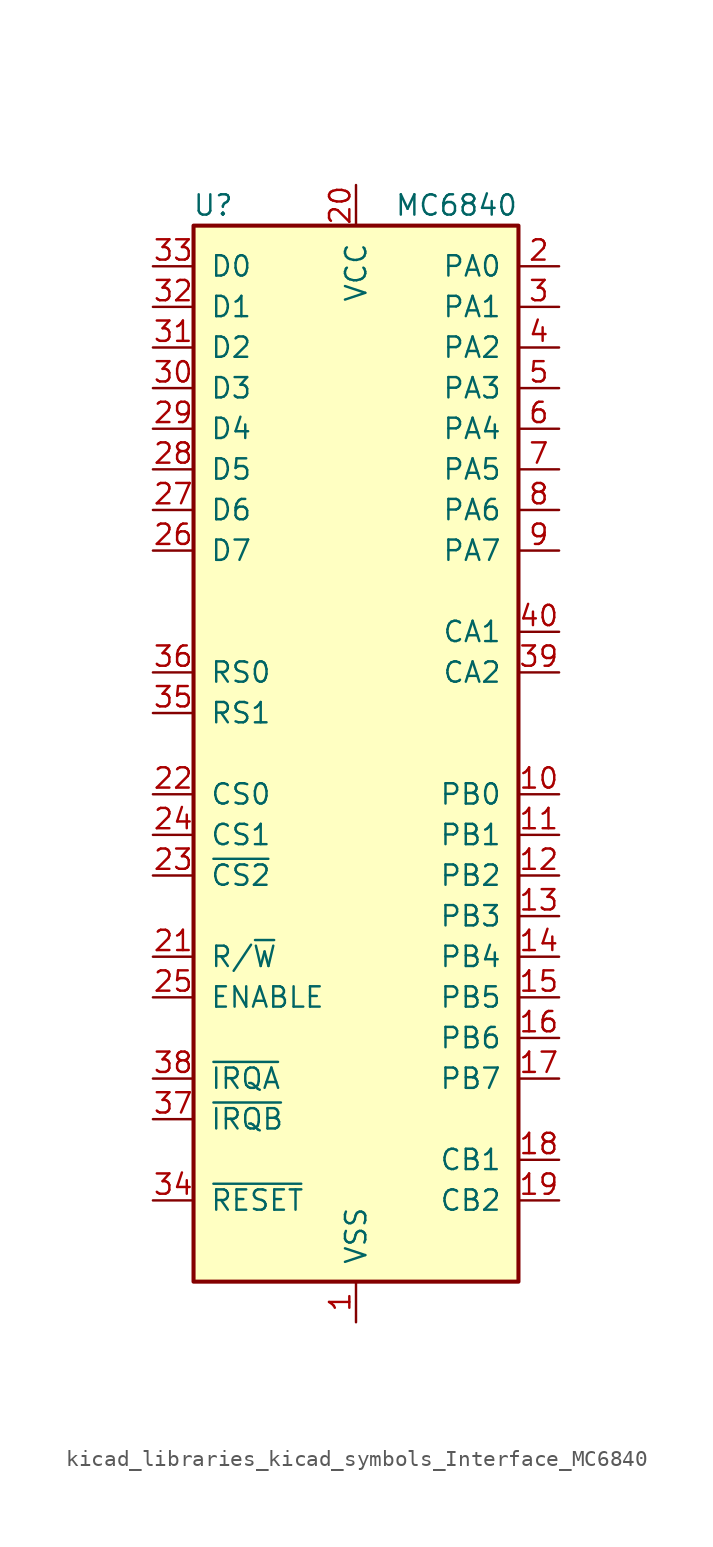
<source format=kicad_sym>
(kicad_symbol_lib
  (version 20220914)
  (generator kicad_symbol_editor)
  (symbol "kicad_libraries_kicad_symbols_Interface_MC6840"
    (pin_names
      (offset 1.016))
    (property "Reference" "U"
      (at -7.62 34.29 0)
      (effects (font (size 1.27 1.27)) (justify right)))
    (property "Value" "MC6840"
      (at 10.16 34.29 0)
      (effects (font (size 1.27 1.27)) (justify right)))
    (symbol "kicad_libraries_kicad_symbols_Interface_MC6840_0_1"
      (rectangle (start -10.16 -33.02) (end 10.16 33.02) (stroke (width 0.254) (type default)) (fill (type background))))
    (symbol "kicad_libraries_kicad_symbols_Interface_MC6840_1_1"
      (pin power_in line (at 0 -35.56 90) (length 2.54) (name "VSS" (effects (font (size 1.27 1.27)))) (number "1" (effects (font (size 1.27 1.27)))))
      (pin bidirectional line (at 12.7 -2.54 180) (length 2.54) (name "PB0" (effects (font (size 1.27 1.27)))) (number "10" (effects (font (size 1.27 1.27)))))
      (pin bidirectional line (at 12.7 -5.08 180) (length 2.54) (name "PB1" (effects (font (size 1.27 1.27)))) (number "11" (effects (font (size 1.27 1.27)))))
      (pin bidirectional line (at 12.7 -7.62 180) (length 2.54) (name "PB2" (effects (font (size 1.27 1.27)))) (number "12" (effects (font (size 1.27 1.27)))))
      (pin bidirectional line (at 12.7 -10.16 180) (length 2.54) (name "PB3" (effects (font (size 1.27 1.27)))) (number "13" (effects (font (size 1.27 1.27)))))
      (pin bidirectional line (at 12.7 -12.7 180) (length 2.54) (name "PB4" (effects (font (size 1.27 1.27)))) (number "14" (effects (font (size 1.27 1.27)))))
      (pin bidirectional line (at 12.7 -15.24 180) (length 2.54) (name "PB5" (effects (font (size 1.27 1.27)))) (number "15" (effects (font (size 1.27 1.27)))))
      (pin bidirectional line (at 12.7 -17.78 180) (length 2.54) (name "PB6" (effects (font (size 1.27 1.27)))) (number "16" (effects (font (size 1.27 1.27)))))
      (pin bidirectional line (at 12.7 -20.32 180) (length 2.54) (name "PB7" (effects (font (size 1.27 1.27)))) (number "17" (effects (font (size 1.27 1.27)))))
      (pin input line (at 12.7 -25.4 180) (length 2.54) (name "CB1" (effects (font (size 1.27 1.27)))) (number "18" (effects (font (size 1.27 1.27)))))
      (pin bidirectional line (at 12.7 -27.94 180) (length 2.54) (name "CB2" (effects (font (size 1.27 1.27)))) (number "19" (effects (font (size 1.27 1.27)))))
      (pin bidirectional line (at 12.7 30.48 180) (length 2.54) (name "PA0" (effects (font (size 1.27 1.27)))) (number "2" (effects (font (size 1.27 1.27)))))
      (pin power_in line (at 0 35.56 270) (length 2.54) (name "VCC" (effects (font (size 1.27 1.27)))) (number "20" (effects (font (size 1.27 1.27)))))
      (pin input line (at -12.7 -12.7 0) (length 2.54) (name "R/~{W}" (effects (font (size 1.27 1.27)))) (number "21" (effects (font (size 1.27 1.27)))))
      (pin input line (at -12.7 -2.54 0) (length 2.54) (name "CS0" (effects (font (size 1.27 1.27)))) (number "22" (effects (font (size 1.27 1.27)))))
      (pin input line (at -12.7 -7.62 0) (length 2.54) (name "~{CS2}" (effects (font (size 1.27 1.27)))) (number "23" (effects (font (size 1.27 1.27)))))
      (pin input line (at -12.7 -5.08 0) (length 2.54) (name "CS1" (effects (font (size 1.27 1.27)))) (number "24" (effects (font (size 1.27 1.27)))))
      (pin input line (at -12.7 -15.24 0) (length 2.54) (name "ENABLE" (effects (font (size 1.27 1.27)))) (number "25" (effects (font (size 1.27 1.27)))))
      (pin bidirectional line (at -12.7 12.7 0) (length 2.54) (name "D7" (effects (font (size 1.27 1.27)))) (number "26" (effects (font (size 1.27 1.27)))))
      (pin bidirectional line (at -12.7 15.24 0) (length 2.54) (name "D6" (effects (font (size 1.27 1.27)))) (number "27" (effects (font (size 1.27 1.27)))))
      (pin bidirectional line (at -12.7 17.78 0) (length 2.54) (name "D5" (effects (font (size 1.27 1.27)))) (number "28" (effects (font (size 1.27 1.27)))))
      (pin bidirectional line (at -12.7 20.32 0) (length 2.54) (name "D4" (effects (font (size 1.27 1.27)))) (number "29" (effects (font (size 1.27 1.27)))))
      (pin bidirectional line (at 12.7 27.94 180) (length 2.54) (name "PA1" (effects (font (size 1.27 1.27)))) (number "3" (effects (font (size 1.27 1.27)))))
      (pin bidirectional line (at -12.7 22.86 0) (length 2.54) (name "D3" (effects (font (size 1.27 1.27)))) (number "30" (effects (font (size 1.27 1.27)))))
      (pin bidirectional line (at -12.7 25.4 0) (length 2.54) (name "D2" (effects (font (size 1.27 1.27)))) (number "31" (effects (font (size 1.27 1.27)))))
      (pin bidirectional line (at -12.7 27.94 0) (length 2.54) (name "D1" (effects (font (size 1.27 1.27)))) (number "32" (effects (font (size 1.27 1.27)))))
      (pin bidirectional line (at -12.7 30.48 0) (length 2.54) (name "D0" (effects (font (size 1.27 1.27)))) (number "33" (effects (font (size 1.27 1.27)))))
      (pin input line (at -12.7 -27.94 0) (length 2.54) (name "~{RESET}" (effects (font (size 1.27 1.27)))) (number "34" (effects (font (size 1.27 1.27)))))
      (pin input line (at -12.7 2.54 0) (length 2.54) (name "RS1" (effects (font (size 1.27 1.27)))) (number "35" (effects (font (size 1.27 1.27)))))
      (pin input line (at -12.7 5.08 0) (length 2.54) (name "RS0" (effects (font (size 1.27 1.27)))) (number "36" (effects (font (size 1.27 1.27)))))
      (pin open_collector line (at -12.7 -22.86 0) (length 2.54) (name "~{IRQB}" (effects (font (size 1.27 1.27)))) (number "37" (effects (font (size 1.27 1.27)))))
      (pin open_collector line (at -12.7 -20.32 0) (length 2.54) (name "~{IRQA}" (effects (font (size 1.27 1.27)))) (number "38" (effects (font (size 1.27 1.27)))))
      (pin bidirectional line (at 12.7 5.08 180) (length 2.54) (name "CA2" (effects (font (size 1.27 1.27)))) (number "39" (effects (font (size 1.27 1.27)))))
      (pin bidirectional line (at 12.7 25.4 180) (length 2.54) (name "PA2" (effects (font (size 1.27 1.27)))) (number "4" (effects (font (size 1.27 1.27)))))
      (pin input line (at 12.7 7.62 180) (length 2.54) (name "CA1" (effects (font (size 1.27 1.27)))) (number "40" (effects (font (size 1.27 1.27)))))
      (pin bidirectional line (at 12.7 22.86 180) (length 2.54) (name "PA3" (effects (font (size 1.27 1.27)))) (number "5" (effects (font (size 1.27 1.27)))))
      (pin bidirectional line (at 12.7 20.32 180) (length 2.54) (name "PA4" (effects (font (size 1.27 1.27)))) (number "6" (effects (font (size 1.27 1.27)))))
      (pin bidirectional line (at 12.7 17.78 180) (length 2.54) (name "PA5" (effects (font (size 1.27 1.27)))) (number "7" (effects (font (size 1.27 1.27)))))
      (pin bidirectional line (at 12.7 15.24 180) (length 2.54) (name "PA6" (effects (font (size 1.27 1.27)))) (number "8" (effects (font (size 1.27 1.27)))))
      (pin bidirectional line (at 12.7 12.7 180) (length 2.54) (name "PA7" (effects (font (size 1.27 1.27)))) (number "9" (effects (font (size 1.27 1.27))))))))
</source>
